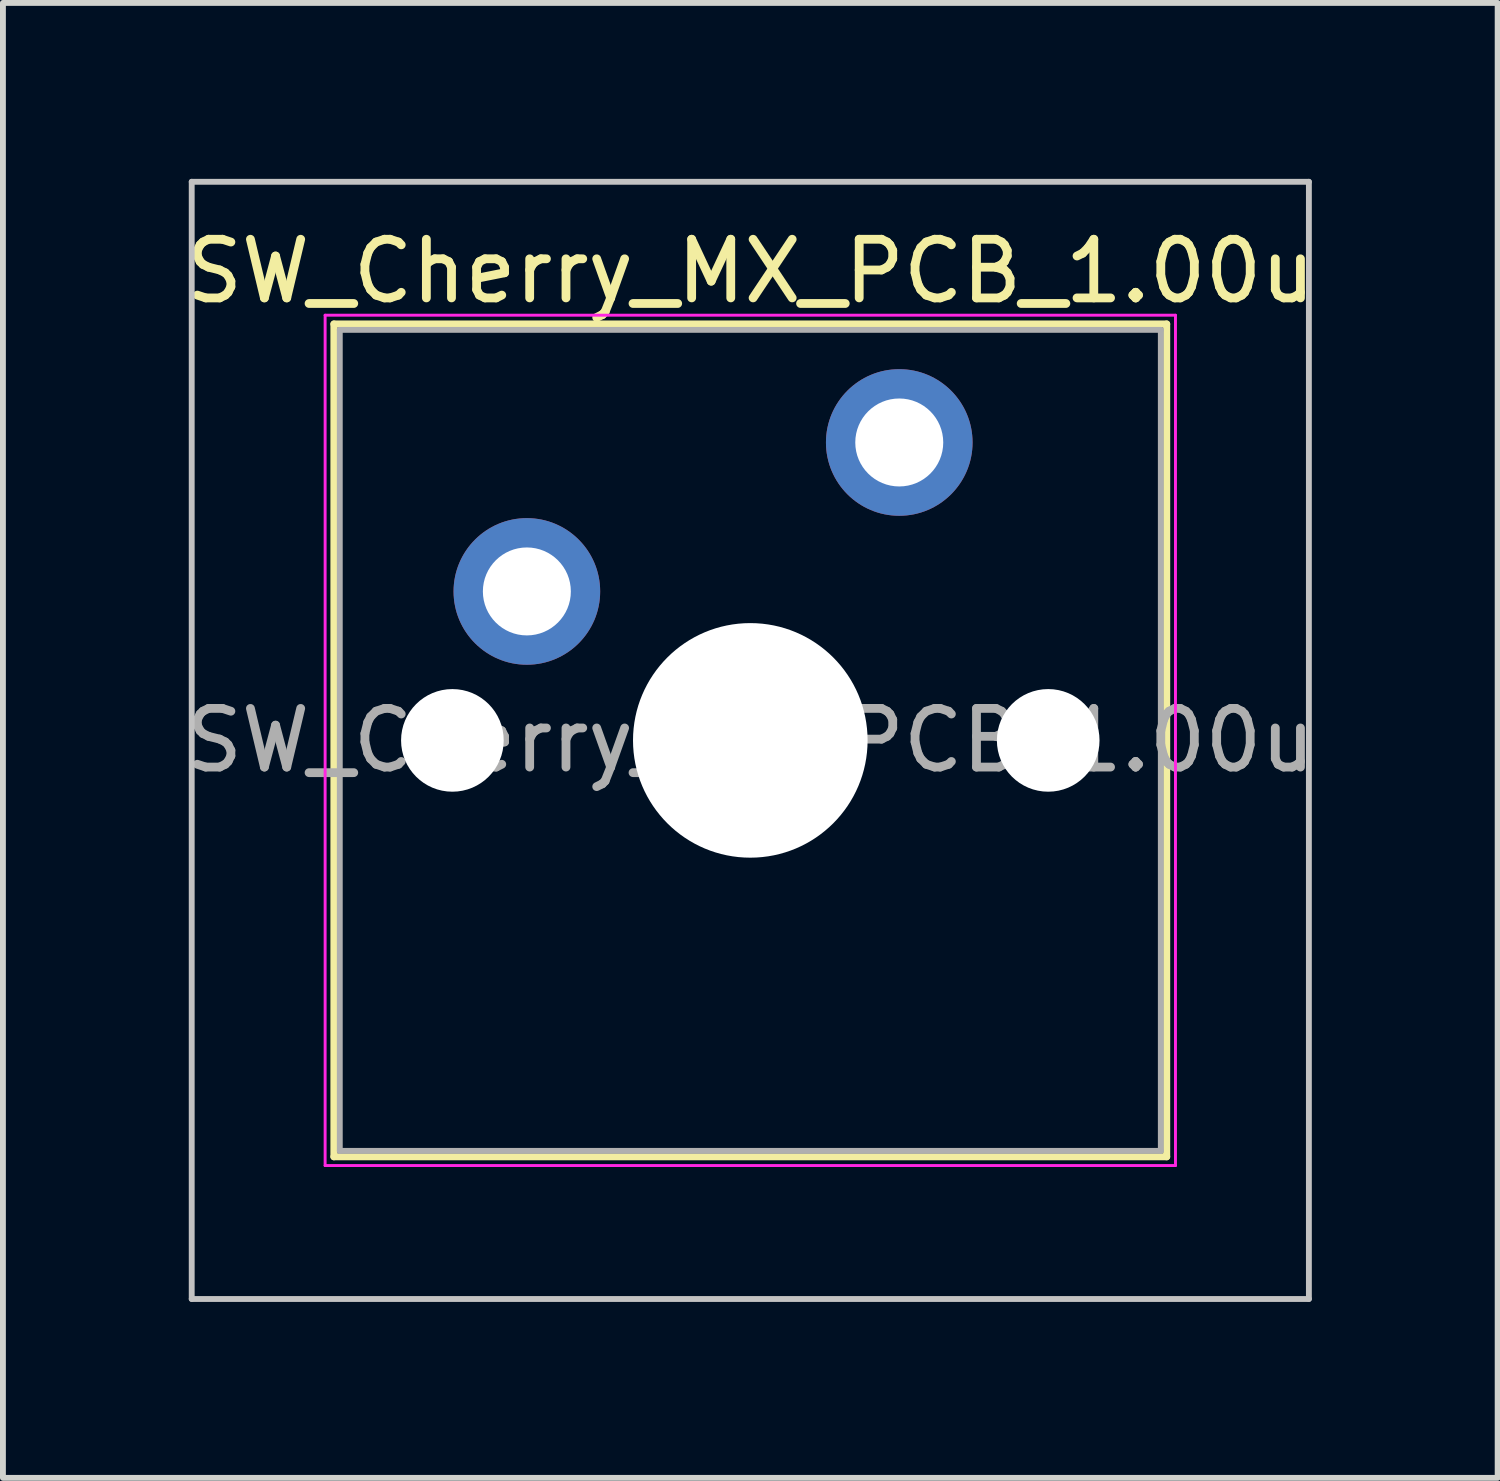
<source format=kicad_pcb>
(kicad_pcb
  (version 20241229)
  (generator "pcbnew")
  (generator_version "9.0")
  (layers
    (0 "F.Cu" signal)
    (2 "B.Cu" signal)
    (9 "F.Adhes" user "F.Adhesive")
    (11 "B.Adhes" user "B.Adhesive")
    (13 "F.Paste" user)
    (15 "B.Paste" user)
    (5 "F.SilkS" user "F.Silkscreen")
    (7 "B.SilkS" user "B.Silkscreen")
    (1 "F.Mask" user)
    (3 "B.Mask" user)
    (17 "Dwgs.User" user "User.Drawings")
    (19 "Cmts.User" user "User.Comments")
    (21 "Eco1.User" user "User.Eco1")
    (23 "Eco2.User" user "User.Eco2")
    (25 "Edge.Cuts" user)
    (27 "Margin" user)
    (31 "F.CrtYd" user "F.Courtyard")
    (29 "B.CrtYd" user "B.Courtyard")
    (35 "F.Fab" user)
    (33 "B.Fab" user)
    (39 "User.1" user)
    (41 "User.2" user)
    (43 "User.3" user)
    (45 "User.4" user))
  (footprint "SW_Cherry_MX_PCB_1.00u"
    (layer "F.Cu")
    (at 9.744 9.575)
    (property "Reference" "SW_Cherry_MX_PCB_1.00u" (at 0 -8 0) (layer "F.SilkS") (effects (font (size 1 1) (thickness 0.15))))
    (attr through_hole)
    (fp_line (start -7.1 -7.1) (end -7.1 7.1) (stroke (width 0.12) (type solid)) (layer "F.SilkS"))
    (fp_line (start -7.1 7.1) (end 7.1 7.1) (stroke (width 0.12) (type solid)) (layer "F.SilkS"))
    (fp_line (start 7.1 -7.1) (end -7.1 -7.1) (stroke (width 0.12) (type solid)) (layer "F.SilkS"))
    (fp_line (start 7.1 7.1) (end 7.1 -7.1) (stroke (width 0.12) (type solid)) (layer "F.SilkS"))
    (fp_line (start -9.525 -9.525) (end -9.525 9.525) (stroke (width 0.1) (type solid)) (layer "Dwgs.User"))
    (fp_line (start -9.525 9.525) (end 9.525 9.525) (stroke (width 0.1) (type solid)) (layer "Dwgs.User"))
    (fp_line (start 9.525 -9.525) (end -9.525 -9.525) (stroke (width 0.1) (type solid)) (layer "Dwgs.User"))
    (fp_line (start 9.525 9.525) (end 9.525 -9.525) (stroke (width 0.1) (type solid)) (layer "Dwgs.User"))
    (fp_line (start -7 -7) (end -7 7) (stroke (width 0.1) (type solid)) (layer "Eco1.User"))
    (fp_line (start -7 7) (end 7 7) (stroke (width 0.1) (type solid)) (layer "Eco1.User"))
    (fp_line (start 7 -7) (end -7 -7) (stroke (width 0.1) (type solid)) (layer "Eco1.User"))
    (fp_line (start 7 7) (end 7 -7) (stroke (width 0.1) (type solid)) (layer "Eco1.User"))
    (fp_line (start -7.25 -7.25) (end -7.25 7.25) (stroke (width 0.05) (type solid)) (layer "F.CrtYd"))
    (fp_line (start -7.25 7.25) (end 7.25 7.25) (stroke (width 0.05) (type solid)) (layer "F.CrtYd"))
    (fp_line (start 7.25 -7.25) (end -7.25 -7.25) (stroke (width 0.05) (type solid)) (layer "F.CrtYd"))
    (fp_line (start 7.25 7.25) (end 7.25 -7.25) (stroke (width 0.05) (type solid)) (layer "F.CrtYd"))
    (fp_line (start -7 -7) (end -7 7) (stroke (width 0.1) (type solid)) (layer "F.Fab"))
    (fp_line (start -7 7) (end 7 7) (stroke (width 0.1) (type solid)) (layer "F.Fab"))
    (fp_line (start 7 -7) (end -7 -7) (stroke (width 0.1) (type solid)) (layer "F.Fab"))
    (fp_line (start 7 7) (end 7 -7) (stroke (width 0.1) (type solid)) (layer "F.Fab"))
    (fp_text user "${REFERENCE}" (at 0 0 0) (layer "F.Fab") (effects (font (size 1 1) (thickness 0.15))))
    (pad "" np_thru_hole circle (at -5.08 0) (size 1.75 1.75) (drill 1.75) (layers "*.Cu" "*.Mask"))
    (pad "" np_thru_hole circle (at 0 0) (size 4 4) (drill 4) (layers "*.Cu" "*.Mask"))
    (pad "" np_thru_hole circle (at 5.08 0) (size 1.75 1.75) (drill 1.75) (layers "*.Cu" "*.Mask"))
    (pad "1" thru_hole circle (at -3.81 -2.54) (size 2.5 2.5) (drill 1.5) (layers "*.Cu" "B.Mask"))
    (pad "2" thru_hole circle (at 2.54 -5.08) (size 2.5 2.5) (drill 1.5) (layers "*.Cu" "B.Mask")))
  (gr_rect
    (start -3 -3)
    (end 22.488 22.15)
    (stroke (width 0.1) (type default))
    (fill no)
    (layer "Edge.Cuts")))
</source>
